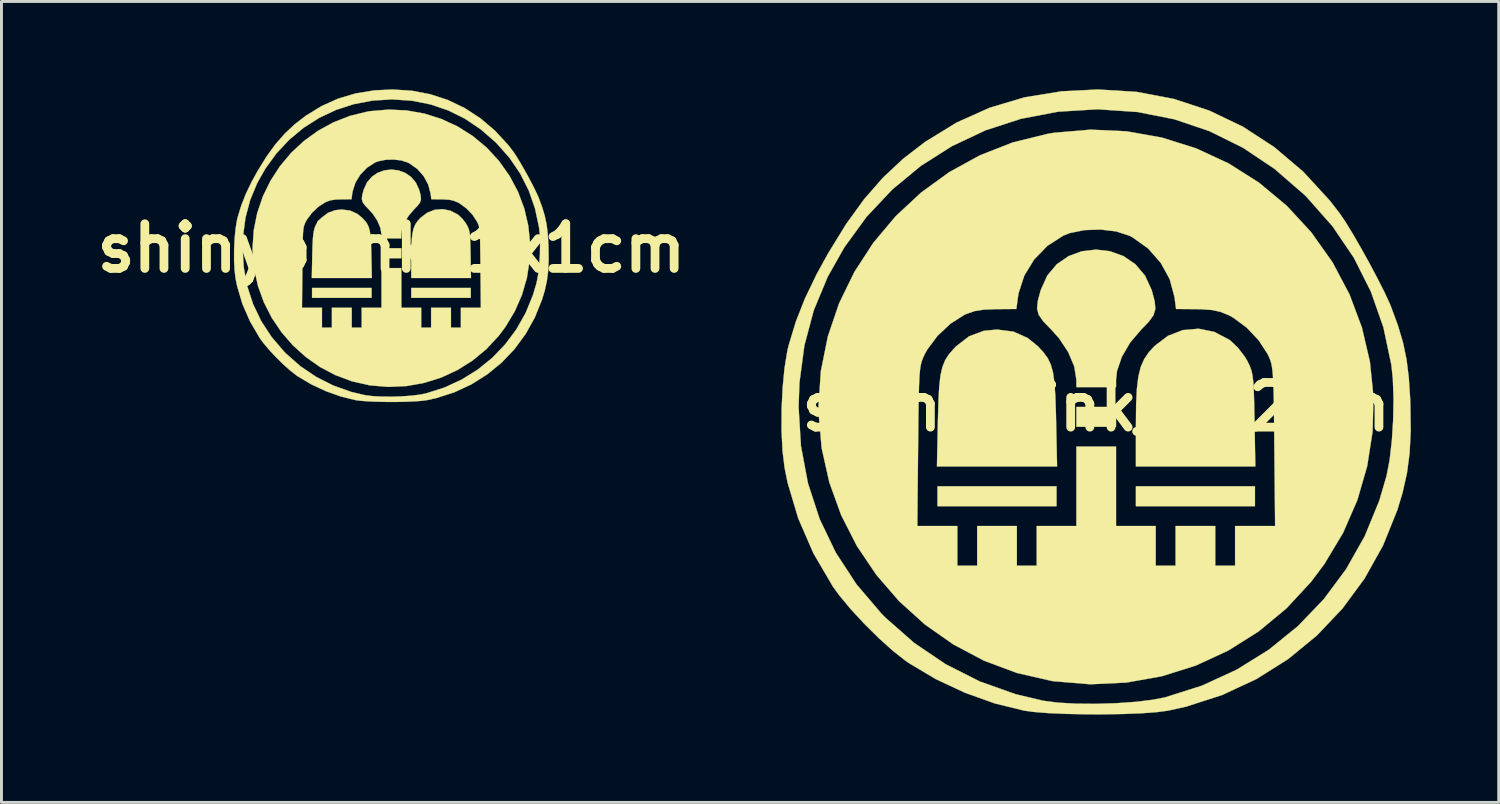
<source format=kicad_pcb>
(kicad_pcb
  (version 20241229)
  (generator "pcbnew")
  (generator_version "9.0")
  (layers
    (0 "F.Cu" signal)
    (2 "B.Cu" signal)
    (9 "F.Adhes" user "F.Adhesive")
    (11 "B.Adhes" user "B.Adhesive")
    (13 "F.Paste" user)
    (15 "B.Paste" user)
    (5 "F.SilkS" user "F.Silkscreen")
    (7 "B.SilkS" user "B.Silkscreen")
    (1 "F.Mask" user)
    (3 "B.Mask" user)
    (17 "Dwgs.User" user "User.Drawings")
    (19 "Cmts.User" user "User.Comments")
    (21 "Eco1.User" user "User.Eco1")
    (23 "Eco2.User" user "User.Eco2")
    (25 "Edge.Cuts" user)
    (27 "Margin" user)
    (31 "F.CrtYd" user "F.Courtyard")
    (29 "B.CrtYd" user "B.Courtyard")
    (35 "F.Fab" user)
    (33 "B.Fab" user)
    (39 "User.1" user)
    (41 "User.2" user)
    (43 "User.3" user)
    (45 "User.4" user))
  (footprint "shinyblink_1x1cm"
    (layer "F.Cu")
    (at 10.312 5.424)
    (property "Reference" "shinyblink_1x1cm" (at 0 0 0) (layer "F.SilkS") (effects (font (size 1.524 1.524) (thickness 0.3))))
    (attr through_hole)
    (fp_poly (pts (xy -0.677 1.693) (xy -2.709 1.693) (xy -2.709 1.355) (xy -0.677 1.355) (xy -0.677 1.693)) (stroke (width 0.01) (type solid)) (fill yes) (layer "F.SilkS"))
    (fp_poly (pts (xy 0.339 0.339) (xy -0.339 0.339) (xy -0.339 0) (xy 0.339 0) (xy 0.339 0.339)) (stroke (width 0.01) (type solid)) (fill yes) (layer "F.SilkS"))
    (fp_poly (pts (xy 2.709 1.693) (xy 0.677 1.693) (xy 0.677 1.355) (xy 2.709 1.355) (xy 2.709 1.693)) (stroke (width 0.01) (type solid)) (fill yes) (layer "F.SilkS"))
    (fp_poly (pts (xy -1.412 -1.286) (xy -1.169 -1.177) (xy -0.996 -1.036) (xy -0.901 -0.934) (xy -0.828 -0.834) (xy -0.775 -0.723) (xy -0.738 -0.587) (xy -0.713 -0.413) (xy -0.697 -0.186) (xy -0.687 0.108) (xy -0.685 0.222) (xy -0.668 1.016) (xy -2.718 1.016) (xy -2.702 0.222) (xy -2.693 -0.096) (xy -2.68 -0.344) (xy -2.658 -0.534) (xy -2.626 -0.682) (xy -2.578 -0.799) (xy -2.512 -0.901) (xy -2.425 -1.001) (xy -2.39 -1.036) (xy -2.169 -1.206) (xy -1.92 -1.299) (xy -1.693 -1.321) (xy -1.412 -1.286)) (stroke (width 0.01) (type solid)) (fill yes) (layer "F.SilkS"))
    (fp_poly (pts (xy 2.015 -1.281) (xy 2.267 -1.15) (xy 2.295 -1.129) (xy 2.421 -1.007) (xy 2.539 -0.855) (xy 2.58 -0.784) (xy 2.618 -0.706) (xy 2.646 -0.631) (xy 2.667 -0.546) (xy 2.68 -0.434) (xy 2.69 -0.283) (xy 2.696 -0.077) (xy 2.702 0.198) (xy 2.702 0.221) (xy 2.716 1.016) (xy 0.677 1.016) (xy 0.677 0.304) (xy 0.681 -0.035) (xy 0.694 -0.303) (xy 0.719 -0.513) (xy 0.759 -0.68) (xy 0.818 -0.816) (xy 0.899 -0.935) (xy 0.994 -1.039) (xy 1.223 -1.213) (xy 1.479 -1.312) (xy 1.748 -1.335) (xy 2.015 -1.281)) (stroke (width 0.01) (type solid)) (fill yes) (layer "F.SilkS"))
    (fp_poly (pts (xy 0.237 -2.658) (xy 0.465 -2.574) (xy 0.668 -2.436) (xy 0.833 -2.242) (xy 0.948 -1.993) (xy 0.951 -1.983) (xy 0.998 -1.804) (xy 1.009 -1.673) (xy 0.978 -1.564) (xy 0.895 -1.452) (xy 0.769 -1.322) (xy 0.579 -1.099) (xy 0.437 -0.856) (xy 0.355 -0.615) (xy 0.339 -0.464) (xy 0.339 -0.339) (xy -0.339 -0.339) (xy -0.339 -0.464) (xy -0.375 -0.693) (xy -0.478 -0.937) (xy -0.636 -1.175) (xy -0.769 -1.322) (xy -0.904 -1.462) (xy -0.982 -1.573) (xy -1.01 -1.683) (xy -0.995 -1.817) (xy -0.948 -1.992) (xy -0.836 -2.242) (xy -0.672 -2.436) (xy -0.471 -2.575) (xy -0.244 -2.658) (xy -0.003 -2.686) (xy 0.237 -2.658)) (stroke (width 0.01) (type solid)) (fill yes) (layer "F.SilkS"))
    (fp_poly (pts (xy 0.521 -4.704) (xy 1.124 -4.597) (xy 1.706 -4.413) (xy 2.259 -4.157) (xy 2.777 -3.83) (xy 3.251 -3.436) (xy 3.669 -2.983) (xy 4.034 -2.468) (xy 4.323 -1.923) (xy 4.536 -1.355) (xy 4.672 -0.77) (xy 4.733 -0.177) (xy 4.717 0.419) (xy 4.626 1.009) (xy 4.458 1.588) (xy 4.214 2.148) (xy 3.895 2.681) (xy 3.669 2.983) (xy 3.246 3.44) (xy 2.772 3.832) (xy 2.255 4.158) (xy 1.701 4.414) (xy 1.119 4.597) (xy 0.516 4.705) (xy -0.101 4.734) (xy -0.724 4.682) (xy -0.762 4.676) (xy -1.353 4.541) (xy -1.914 4.331) (xy -2.44 4.053) (xy -2.925 3.712) (xy -3.364 3.315) (xy -3.752 2.868) (xy -4.083 2.377) (xy -4.259 2.032) (xy -3.053 2.032) (xy -2.371 2.032) (xy -2.371 2.709) (xy -2.032 2.709) (xy -2.032 2.032) (xy -1.355 2.032) (xy -1.355 2.709) (xy -1.016 2.709) (xy -1.016 2.032) (xy -0.339 2.032) (xy -0.339 0.677) (xy 0.339 0.677) (xy 0.339 2.032) (xy 1.016 2.032) (xy 1.016 2.709) (xy 1.355 2.709) (xy 1.355 2.032) (xy 2.032 2.032) (xy 2.032 2.709) (xy 2.371 2.709) (xy 2.371 2.032) (xy 3.053 2.032) (xy 3.04 0.667) (xy 3.036 0.29) (xy 3.032 -0.011) (xy 3.028 -0.248) (xy 3.022 -0.43) (xy 3.014 -0.567) (xy 3.003 -0.669) (xy 2.988 -0.746) (xy 2.969 -0.807) (xy 2.944 -0.864) (xy 2.926 -0.902) (xy 2.772 -1.138) (xy 2.566 -1.356) (xy 2.334 -1.527) (xy 2.257 -1.568) (xy 2.118 -1.624) (xy 1.969 -1.656) (xy 1.778 -1.668) (xy 1.708 -1.669) (xy 1.363 -1.672) (xy 1.335 -1.878) (xy 1.254 -2.18) (xy 1.101 -2.461) (xy 0.886 -2.704) (xy 0.624 -2.892) (xy 0.563 -2.924) (xy 0.339 -2.997) (xy 0.074 -3.028) (xy -0.2 -3.019) (xy -0.45 -2.968) (xy -0.563 -2.924) (xy -0.835 -2.748) (xy -1.06 -2.515) (xy -1.228 -2.242) (xy -1.325 -1.943) (xy -1.335 -1.878) (xy -1.363 -1.672) (xy -1.708 -1.669) (xy -1.918 -1.661) (xy -2.076 -1.636) (xy -2.214 -1.588) (xy -2.257 -1.568) (xy -2.491 -1.419) (xy -2.709 -1.213) (xy -2.883 -0.98) (xy -2.926 -0.902) (xy -2.954 -0.844) (xy -2.976 -0.787) (xy -2.993 -0.721) (xy -3.007 -0.636) (xy -3.017 -0.523) (xy -3.024 -0.371) (xy -3.03 -0.171) (xy -3.034 0.087) (xy -3.038 0.414) (xy -3.04 0.667) (xy -3.053 2.032) (xy -4.259 2.032) (xy -4.353 1.848) (xy -4.556 1.287) (xy -4.686 0.701) (xy -4.74 0.096) (xy -4.741 0) (xy -4.7 -0.612) (xy -4.581 -1.204) (xy -4.388 -1.77) (xy -4.127 -2.305) (xy -3.804 -2.802) (xy -3.423 -3.256) (xy -2.989 -3.66) (xy -2.507 -4.009) (xy -1.983 -4.296) (xy -1.422 -4.516) (xy -0.829 -4.662) (xy -0.72 -4.68) (xy -0.096 -4.733) (xy 0.521 -4.704)) (stroke (width 0.01) (type solid)) (fill yes) (layer "F.SilkS"))
    (fp_poly (pts (xy 0.69 -5.378) (xy 1.325 -5.257) (xy 1.93 -5.059) (xy 2.503 -4.784) (xy 3.039 -4.435) (xy 3.535 -4.014) (xy 3.986 -3.524) (xy 4.158 -3.302) (xy 4.258 -3.153) (xy 4.384 -2.947) (xy 4.524 -2.705) (xy 4.668 -2.446) (xy 4.804 -2.19) (xy 4.921 -1.957) (xy 5.009 -1.767) (xy 5.031 -1.714) (xy 5.149 -1.393) (xy 5.236 -1.102) (xy 5.297 -0.813) (xy 5.336 -0.501) (xy 5.359 -0.139) (xy 5.363 -0.021) (xy 5.368 0.411) (xy 5.35 0.786) (xy 5.305 1.128) (xy 5.23 1.46) (xy 5.14 1.757) (xy 4.895 2.365) (xy 4.581 2.928) (xy 4.202 3.443) (xy 3.764 3.903) (xy 3.273 4.305) (xy 2.734 4.645) (xy 2.153 4.916) (xy 1.534 5.115) (xy 1.222 5.184) (xy 1.033 5.21) (xy 0.779 5.228) (xy 0.478 5.241) (xy 0.149 5.247) (xy -0.189 5.246) (xy -0.516 5.239) (xy -0.815 5.226) (xy -1.065 5.206) (xy -1.228 5.184) (xy -1.728 5.061) (xy -2.241 4.878) (xy -2.738 4.646) (xy -3.19 4.377) (xy -3.253 4.333) (xy -3.469 4.164) (xy -3.711 3.947) (xy -3.959 3.701) (xy -4.192 3.449) (xy -4.39 3.211) (xy -4.496 3.064) (xy -4.827 2.497) (xy -5.087 1.901) (xy -5.268 1.289) (xy -5.319 1.038) (xy -5.354 0.749) (xy -5.371 0.41) (xy -5.37 0.045) (xy -5.368 0) (xy -5.08 0) (xy -5.04 0.665) (xy -4.92 1.303) (xy -4.721 1.911) (xy -4.445 2.486) (xy -4.093 3.026) (xy -3.666 3.527) (xy -3.597 3.597) (xy -3.107 4.028) (xy -2.568 4.392) (xy -1.986 4.686) (xy -1.371 4.905) (xy -0.906 5.015) (xy -0.656 5.047) (xy -0.349 5.064) (xy -0.009 5.068) (xy 0.34 5.057) (xy 0.675 5.034) (xy 0.97 4.998) (xy 1.174 4.958) (xy 1.808 4.756) (xy 2.4 4.483) (xy 2.947 4.143) (xy 3.443 3.741) (xy 3.884 3.281) (xy 4.266 2.769) (xy 4.583 2.207) (xy 4.831 1.602) (xy 4.957 1.174) (xy 5.009 0.9) (xy 5.047 0.57) (xy 5.069 0.212) (xy 5.075 -0.147) (xy 5.063 -0.48) (xy 5.039 -0.714) (xy 4.902 -1.358) (xy 4.688 -1.97) (xy 4.398 -2.546) (xy 4.033 -3.084) (xy 3.595 -3.579) (xy 3.549 -3.625) (xy 3.043 -4.063) (xy 2.505 -4.424) (xy 1.935 -4.707) (xy 1.334 -4.91) (xy 0.703 -5.035) (xy 0.043 -5.08) (xy 0 -5.08) (xy -0.654 -5.039) (xy -1.286 -4.918) (xy -1.89 -4.722) (xy -2.461 -4.453) (xy -2.994 -4.115) (xy -3.481 -3.711) (xy -3.919 -3.246) (xy -4.301 -2.722) (xy -4.583 -2.223) (xy -4.82 -1.651) (xy -4.981 -1.049) (xy -5.065 -0.414) (xy -5.08 0) (xy -5.368 0) (xy -5.353 -0.322) (xy -5.32 -0.664) (xy -5.272 -0.958) (xy -5.249 -1.054) (xy -5.127 -1.455) (xy -4.971 -1.852) (xy -4.772 -2.266) (xy -4.574 -2.625) (xy -4.27 -3.119) (xy -3.963 -3.544) (xy -3.642 -3.911) (xy -3.296 -4.236) (xy -2.921 -4.524) (xy -2.383 -4.854) (xy -1.818 -5.107) (xy -1.221 -5.285) (xy -0.588 -5.388) (xy 0.031 -5.419) (xy 0.69 -5.378)) (stroke (width 0.01) (type solid)) (fill yes) (layer "F.SilkS")))
  (footprint "shinyblink_2x2cm"
    (layer "F.Cu")
    (at 34.372 10.842)
    (property "Reference" "shinyblink_2x2cm" (at 0 0 0) (layer "F.SilkS") (effects (font (size 1.524 1.524) (thickness 0.3))))
    (attr through_hole)
    (fp_poly (pts (xy -1.355 3.387) (xy -5.419 3.387) (xy -5.419 2.709) (xy -1.355 2.709) (xy -1.355 3.387)) (stroke (width 0.01) (type solid)) (fill yes) (layer "F.SilkS"))
    (fp_poly (pts (xy 0.677 0.677) (xy -0.677 0.677) (xy -0.677 0) (xy 0.677 0) (xy 0.677 0.677)) (stroke (width 0.01) (type solid)) (fill yes) (layer "F.SilkS"))
    (fp_poly (pts (xy 5.419 3.387) (xy 1.355 3.387) (xy 1.355 2.709) (xy 5.419 2.709) (xy 5.419 3.387)) (stroke (width 0.01) (type solid)) (fill yes) (layer "F.SilkS"))
    (fp_poly (pts (xy -2.825 -2.571) (xy -2.339 -2.354) (xy -1.992 -2.072) (xy -1.802 -1.867) (xy -1.656 -1.668) (xy -1.55 -1.447) (xy -1.475 -1.175) (xy -1.426 -0.826) (xy -1.395 -0.371) (xy -1.375 0.216) (xy -1.37 0.445) (xy -1.336 2.032) (xy -5.437 2.032) (xy -5.404 0.445) (xy -5.386 -0.193) (xy -5.36 -0.688) (xy -5.317 -1.069) (xy -5.251 -1.363) (xy -5.156 -1.598) (xy -5.025 -1.802) (xy -4.85 -2.001) (xy -4.781 -2.072) (xy -4.339 -2.412) (xy -3.839 -2.598) (xy -3.387 -2.642) (xy -2.825 -2.571)) (stroke (width 0.01) (type solid)) (fill yes) (layer "F.SilkS"))
    (fp_poly (pts (xy 4.029 -2.563) (xy 4.534 -2.299) (xy 4.59 -2.258) (xy 4.843 -2.015) (xy 5.077 -1.709) (xy 5.16 -1.568) (xy 5.236 -1.412) (xy 5.293 -1.263) (xy 5.333 -1.091) (xy 5.361 -0.869) (xy 5.379 -0.566) (xy 5.392 -0.154) (xy 5.403 0.396) (xy 5.404 0.442) (xy 5.432 2.032) (xy 1.355 2.032) (xy 1.355 0.608) (xy 1.362 -0.07) (xy 1.387 -0.606) (xy 1.437 -1.027) (xy 1.518 -1.36) (xy 1.637 -1.632) (xy 1.799 -1.87) (xy 1.989 -2.078) (xy 2.447 -2.426) (xy 2.958 -2.624) (xy 3.495 -2.67) (xy 4.029 -2.563)) (stroke (width 0.01) (type solid)) (fill yes) (layer "F.SilkS"))
    (fp_poly (pts (xy 0.474 -5.315) (xy 0.93 -5.149) (xy 1.336 -4.872) (xy 1.666 -4.484) (xy 1.895 -3.986) (xy 1.901 -3.965) (xy 1.996 -3.607) (xy 2.019 -3.346) (xy 1.955 -3.129) (xy 1.79 -2.903) (xy 1.538 -2.644) (xy 1.158 -2.197) (xy 0.875 -1.712) (xy 0.711 -1.23) (xy 0.677 -0.928) (xy 0.677 -0.677) (xy -0.677 -0.677) (xy -0.677 -0.928) (xy -0.75 -1.385) (xy -0.956 -1.873) (xy -1.273 -2.35) (xy -1.538 -2.644) (xy -1.808 -2.923) (xy -1.964 -3.146) (xy -2.02 -3.365) (xy -1.99 -3.635) (xy -1.896 -3.984) (xy -1.671 -4.484) (xy -1.345 -4.873) (xy -0.941 -5.15) (xy -0.487 -5.316) (xy -0.007 -5.371) (xy 0.474 -5.315)) (stroke (width 0.01) (type solid)) (fill yes) (layer "F.SilkS"))
    (fp_poly (pts (xy 1.042 -9.409) (xy 2.248 -9.194) (xy 3.412 -8.827) (xy 4.519 -8.314) (xy 5.553 -7.66) (xy 6.501 -6.871) (xy 7.338 -5.966) (xy 8.068 -4.936) (xy 8.646 -3.845) (xy 9.071 -2.709) (xy 9.344 -1.54) (xy 9.465 -0.353) (xy 9.435 0.838) (xy 9.251 2.019) (xy 8.916 3.176) (xy 8.429 4.296) (xy 7.789 5.363) (xy 7.338 5.966) (xy 6.492 6.879) (xy 5.544 7.664) (xy 4.509 8.316) (xy 3.402 8.828) (xy 2.238 9.194) (xy 1.031 9.409) (xy -0.203 9.468) (xy -1.449 9.364) (xy -1.524 9.352) (xy -2.707 9.082) (xy -3.829 8.663) (xy -4.88 8.106) (xy -5.85 7.425) (xy -6.728 6.631) (xy -7.503 5.736) (xy -8.166 4.754) (xy -8.518 4.064) (xy -6.107 4.064) (xy -4.741 4.064) (xy -4.741 5.419) (xy -4.064 5.419) (xy -4.064 4.064) (xy -2.709 4.064) (xy -2.709 5.419) (xy -2.032 5.419) (xy -2.032 4.064) (xy -0.677 4.064) (xy -0.677 1.355) (xy 0.677 1.355) (xy 0.677 4.064) (xy 2.032 4.064) (xy 2.032 5.419) (xy 2.709 5.419) (xy 2.709 4.064) (xy 4.064 4.064) (xy 4.064 5.419) (xy 4.741 5.419) (xy 4.741 4.064) (xy 6.107 4.064) (xy 6.08 1.333) (xy 6.073 0.581) (xy 6.065 -0.022) (xy 6.056 -0.496) (xy 6.044 -0.86) (xy 6.027 -1.134) (xy 6.005 -1.338) (xy 5.976 -1.491) (xy 5.937 -1.615) (xy 5.889 -1.727) (xy 5.852 -1.804) (xy 5.545 -2.276) (xy 5.132 -2.712) (xy 4.668 -3.054) (xy 4.513 -3.137) (xy 4.235 -3.249) (xy 3.937 -3.311) (xy 3.556 -3.337) (xy 3.416 -3.339) (xy 2.726 -3.344) (xy 2.671 -3.756) (xy 2.509 -4.361) (xy 2.201 -4.922) (xy 1.773 -5.407) (xy 1.247 -5.785) (xy 1.127 -5.847) (xy 0.679 -5.993) (xy 0.148 -6.056) (xy -0.4 -6.037) (xy -0.901 -5.936) (xy -1.127 -5.847) (xy -1.67 -5.496) (xy -2.121 -5.031) (xy -2.456 -4.483) (xy -2.65 -3.885) (xy -2.671 -3.756) (xy -2.726 -3.344) (xy -3.416 -3.339) (xy -3.835 -3.322) (xy -4.151 -3.272) (xy -4.429 -3.176) (xy -4.513 -3.137) (xy -4.982 -2.837) (xy -5.418 -2.427) (xy -5.766 -1.96) (xy -5.852 -1.804) (xy -5.907 -1.688) (xy -5.952 -1.573) (xy -5.987 -1.442) (xy -6.014 -1.272) (xy -6.034 -1.046) (xy -6.048 -0.743) (xy -6.059 -0.342) (xy -6.068 0.175) (xy -6.075 0.828) (xy -6.08 1.333) (xy -6.107 4.064) (xy -8.518 4.064) (xy -8.706 3.696) (xy -9.111 2.575) (xy -9.373 1.403) (xy -9.48 0.192) (xy -9.482 0) (xy -9.4 -1.223) (xy -9.161 -2.407) (xy -8.776 -3.54) (xy -8.255 -4.61) (xy -7.608 -5.604) (xy -6.845 -6.512) (xy -5.977 -7.32) (xy -5.014 -8.018) (xy -3.967 -8.592) (xy -2.845 -9.031) (xy -1.659 -9.323) (xy -1.439 -9.36) (xy -0.192 -9.466) (xy 1.042 -9.409)) (stroke (width 0.01) (type solid)) (fill yes) (layer "F.SilkS"))
    (fp_poly (pts (xy 1.38 -10.756) (xy 2.649 -10.515) (xy 3.86 -10.117) (xy 5.006 -9.568) (xy 6.078 -8.87) (xy 7.07 -8.029) (xy 7.972 -7.047) (xy 8.315 -6.604) (xy 8.517 -6.306) (xy 8.768 -5.894) (xy 9.048 -5.409) (xy 9.335 -4.891) (xy 9.607 -4.379) (xy 9.842 -3.914) (xy 10.018 -3.534) (xy 10.061 -3.429) (xy 10.298 -2.787) (xy 10.472 -2.203) (xy 10.593 -1.626) (xy 10.671 -1.002) (xy 10.718 -0.278) (xy 10.726 -0.042) (xy 10.736 0.823) (xy 10.699 1.572) (xy 10.609 2.255) (xy 10.46 2.921) (xy 10.281 3.515) (xy 9.791 4.73) (xy 9.161 5.857) (xy 8.404 6.885) (xy 7.529 7.806) (xy 6.547 8.611) (xy 5.469 9.289) (xy 4.305 9.832) (xy 3.068 10.231) (xy 2.444 10.369) (xy 2.066 10.419) (xy 1.557 10.457) (xy 0.955 10.481) (xy 0.298 10.493) (xy -0.377 10.492) (xy -1.032 10.478) (xy -1.63 10.452) (xy -2.131 10.412) (xy -2.455 10.368) (xy -3.456 10.123) (xy -4.482 9.756) (xy -5.476 9.291) (xy -6.379 8.754) (xy -6.506 8.667) (xy -6.938 8.328) (xy -7.422 7.893) (xy -7.917 7.403) (xy -8.383 6.899) (xy -8.779 6.422) (xy -8.991 6.129) (xy -9.655 4.994) (xy -10.173 3.802) (xy -10.537 2.579) (xy -10.638 2.076) (xy -10.708 1.499) (xy -10.742 0.82) (xy -10.74 0.089) (xy -10.736 0) (xy -10.16 0) (xy -10.08 1.33) (xy -9.84 2.606) (xy -9.443 3.822) (xy -8.891 4.972) (xy -8.186 6.052) (xy -7.332 7.055) (xy -7.194 7.194) (xy -6.214 8.056) (xy -5.135 8.785) (xy -3.973 9.372) (xy -2.742 9.809) (xy -1.812 10.029) (xy -1.313 10.094) (xy -0.699 10.129) (xy -0.018 10.135) (xy 0.681 10.114) (xy 1.35 10.067) (xy 1.94 9.995) (xy 2.348 9.915) (xy 3.616 9.512) (xy 4.801 8.966) (xy 5.894 8.286) (xy 6.886 7.482) (xy 7.768 6.563) (xy 8.531 5.537) (xy 9.165 4.415) (xy 9.662 3.205) (xy 9.913 2.348) (xy 10.018 1.8) (xy 10.093 1.141) (xy 10.138 0.424) (xy 10.15 -0.294) (xy 10.126 -0.959) (xy 10.077 -1.428) (xy 9.805 -2.716) (xy 9.376 -3.939) (xy 8.796 -5.092) (xy 8.066 -6.168) (xy 7.191 -7.158) (xy 7.099 -7.249) (xy 6.087 -8.127) (xy 5.01 -8.848) (xy 3.87 -9.413) (xy 2.668 -9.82) (xy 1.406 -10.069) (xy 0.086 -10.159) (xy 0 -10.159) (xy -1.307 -10.078) (xy -2.571 -9.836) (xy -3.78 -9.443) (xy -4.922 -8.905) (xy -5.987 -8.229) (xy -6.963 -7.422) (xy -7.838 -6.492) (xy -8.601 -5.445) (xy -9.165 -4.445) (xy -9.641 -3.302) (xy -9.962 -2.099) (xy -10.131 -0.828) (xy -10.16 0) (xy -10.736 0) (xy -10.706 -0.644) (xy -10.64 -1.328) (xy -10.544 -1.915) (xy -10.498 -2.107) (xy -10.254 -2.911) (xy -9.942 -3.704) (xy -9.543 -4.532) (xy -9.149 -5.249) (xy -8.539 -6.239) (xy -7.926 -7.088) (xy -7.284 -7.823) (xy -6.592 -8.471) (xy -5.843 -9.047) (xy -4.767 -9.708) (xy -3.636 -10.215) (xy -2.443 -10.57) (xy -1.176 -10.776) (xy 0.061 -10.837) (xy 1.38 -10.756)) (stroke (width 0.01) (type solid)) (fill yes) (layer "F.SilkS")))
  (gr_rect
    (start -3 -3)
    (end 48.113 24.341)
    (stroke (width 0.1) (type default))
    (fill no)
    (layer "Edge.Cuts")))
</source>
